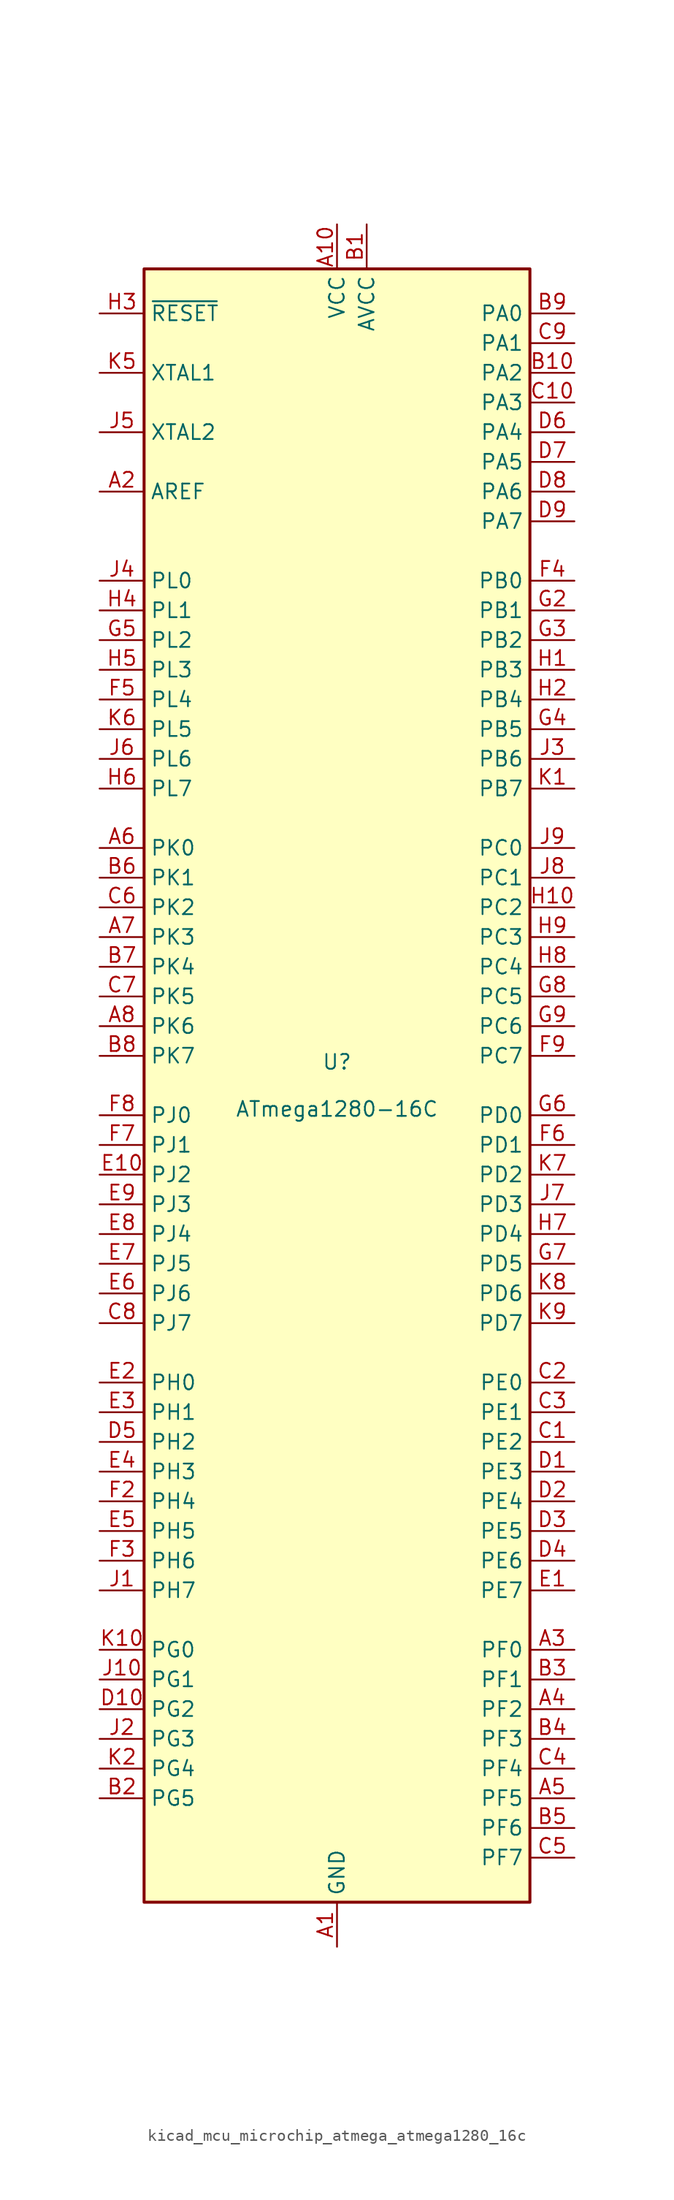
<source format=kicad_sym>
(kicad_symbol_lib
  (version 20220914)
  (generator kicad_symbol_editor)
  (symbol "kicad_mcu_microchip_atmega_atmega1280_16c"
    (property "Reference" "U"
      (at 0 1.27 0)
      (effects (font (size 1.27 1.27)) (justify bottom)))
    (property "Value" "ATmega1280-16C"
      (at 0 -1.27 0)
      (effects (font (size 1.27 1.27)) (justify top)))
    (symbol "kicad_mcu_microchip_atmega_atmega1280_16c_0_1"
      (rectangle (start -16.51 -69.85) (end 16.51 69.85) (stroke (width 0.254) (type default)) (fill (type background))))
    (symbol "kicad_mcu_microchip_atmega_atmega1280_16c_1_1"
      (pin power_in line (at 0 -73.66 90) (length 3.81) (name "GND" (effects (font (size 1.27 1.27)))) (number "A1" (effects (font (size 1.27 1.27)))))
      (pin power_in line (at 0 73.66 270) (length 3.81) (name "VCC" (effects (font (size 1.27 1.27)))) (number "A10" (effects (font (size 1.27 1.27)))))
      (pin passive line (at -20.32 50.8 0) (length 3.81) (name "AREF" (effects (font (size 1.27 1.27)))) (number "A2" (effects (font (size 1.27 1.27)))))
      (pin bidirectional line (at 20.32 -48.26 180) (length 3.81) (name "PF0" (effects (font (size 1.27 1.27)))) (number "A3" (effects (font (size 1.27 1.27)))))
      (pin bidirectional line (at 20.32 -53.34 180) (length 3.81) (name "PF2" (effects (font (size 1.27 1.27)))) (number "A4" (effects (font (size 1.27 1.27)))))
      (pin bidirectional line (at 20.32 -60.96 180) (length 3.81) (name "PF5" (effects (font (size 1.27 1.27)))) (number "A5" (effects (font (size 1.27 1.27)))))
      (pin bidirectional line (at -20.32 20.32 0) (length 3.81) (name "PK0" (effects (font (size 1.27 1.27)))) (number "A6" (effects (font (size 1.27 1.27)))))
      (pin bidirectional line (at -20.32 12.7 0) (length 3.81) (name "PK3" (effects (font (size 1.27 1.27)))) (number "A7" (effects (font (size 1.27 1.27)))))
      (pin bidirectional line (at -20.32 5.08 0) (length 3.81) (name "PK6" (effects (font (size 1.27 1.27)))) (number "A8" (effects (font (size 1.27 1.27)))))
      (pin passive line (at 0 -73.66 90) (length 3.81) hide (name "GND" (effects (font (size 1.27 1.27)))) (number "A9" (effects (font (size 1.27 1.27)))))
      (pin power_in line (at 2.54 73.66 270) (length 3.81) (name "AVCC" (effects (font (size 1.27 1.27)))) (number "B1" (effects (font (size 1.27 1.27)))))
      (pin bidirectional line (at 20.32 60.96 180) (length 3.81) (name "PA2" (effects (font (size 1.27 1.27)))) (number "B10" (effects (font (size 1.27 1.27)))))
      (pin bidirectional line (at -20.32 -60.96 0) (length 3.81) (name "PG5" (effects (font (size 1.27 1.27)))) (number "B2" (effects (font (size 1.27 1.27)))))
      (pin bidirectional line (at 20.32 -50.8 180) (length 3.81) (name "PF1" (effects (font (size 1.27 1.27)))) (number "B3" (effects (font (size 1.27 1.27)))))
      (pin bidirectional line (at 20.32 -55.88 180) (length 3.81) (name "PF3" (effects (font (size 1.27 1.27)))) (number "B4" (effects (font (size 1.27 1.27)))))
      (pin bidirectional line (at 20.32 -63.5 180) (length 3.81) (name "PF6" (effects (font (size 1.27 1.27)))) (number "B5" (effects (font (size 1.27 1.27)))))
      (pin bidirectional line (at -20.32 17.78 0) (length 3.81) (name "PK1" (effects (font (size 1.27 1.27)))) (number "B6" (effects (font (size 1.27 1.27)))))
      (pin bidirectional line (at -20.32 10.16 0) (length 3.81) (name "PK4" (effects (font (size 1.27 1.27)))) (number "B7" (effects (font (size 1.27 1.27)))))
      (pin bidirectional line (at -20.32 2.54 0) (length 3.81) (name "PK7" (effects (font (size 1.27 1.27)))) (number "B8" (effects (font (size 1.27 1.27)))))
      (pin bidirectional line (at 20.32 66.04 180) (length 3.81) (name "PA0" (effects (font (size 1.27 1.27)))) (number "B9" (effects (font (size 1.27 1.27)))))
      (pin bidirectional line (at 20.32 -30.48 180) (length 3.81) (name "PE2" (effects (font (size 1.27 1.27)))) (number "C1" (effects (font (size 1.27 1.27)))))
      (pin bidirectional line (at 20.32 58.42 180) (length 3.81) (name "PA3" (effects (font (size 1.27 1.27)))) (number "C10" (effects (font (size 1.27 1.27)))))
      (pin bidirectional line (at 20.32 -25.4 180) (length 3.81) (name "PE0" (effects (font (size 1.27 1.27)))) (number "C2" (effects (font (size 1.27 1.27)))))
      (pin bidirectional line (at 20.32 -27.94 180) (length 3.81) (name "PE1" (effects (font (size 1.27 1.27)))) (number "C3" (effects (font (size 1.27 1.27)))))
      (pin bidirectional line (at 20.32 -58.42 180) (length 3.81) (name "PF4" (effects (font (size 1.27 1.27)))) (number "C4" (effects (font (size 1.27 1.27)))))
      (pin bidirectional line (at 20.32 -66.04 180) (length 3.81) (name "PF7" (effects (font (size 1.27 1.27)))) (number "C5" (effects (font (size 1.27 1.27)))))
      (pin bidirectional line (at -20.32 15.24 0) (length 3.81) (name "PK2" (effects (font (size 1.27 1.27)))) (number "C6" (effects (font (size 1.27 1.27)))))
      (pin bidirectional line (at -20.32 7.62 0) (length 3.81) (name "PK5" (effects (font (size 1.27 1.27)))) (number "C7" (effects (font (size 1.27 1.27)))))
      (pin bidirectional line (at -20.32 -20.32 0) (length 3.81) (name "PJ7" (effects (font (size 1.27 1.27)))) (number "C8" (effects (font (size 1.27 1.27)))))
      (pin bidirectional line (at 20.32 63.5 180) (length 3.81) (name "PA1" (effects (font (size 1.27 1.27)))) (number "C9" (effects (font (size 1.27 1.27)))))
      (pin bidirectional line (at 20.32 -33.02 180) (length 3.81) (name "PE3" (effects (font (size 1.27 1.27)))) (number "D1" (effects (font (size 1.27 1.27)))))
      (pin bidirectional line (at -20.32 -53.34 0) (length 3.81) (name "PG2" (effects (font (size 1.27 1.27)))) (number "D10" (effects (font (size 1.27 1.27)))))
      (pin bidirectional line (at 20.32 -35.56 180) (length 3.81) (name "PE4" (effects (font (size 1.27 1.27)))) (number "D2" (effects (font (size 1.27 1.27)))))
      (pin bidirectional line (at 20.32 -38.1 180) (length 3.81) (name "PE5" (effects (font (size 1.27 1.27)))) (number "D3" (effects (font (size 1.27 1.27)))))
      (pin bidirectional line (at 20.32 -40.64 180) (length 3.81) (name "PE6" (effects (font (size 1.27 1.27)))) (number "D4" (effects (font (size 1.27 1.27)))))
      (pin bidirectional line (at -20.32 -30.48 0) (length 3.81) (name "PH2" (effects (font (size 1.27 1.27)))) (number "D5" (effects (font (size 1.27 1.27)))))
      (pin bidirectional line (at 20.32 55.88 180) (length 3.81) (name "PA4" (effects (font (size 1.27 1.27)))) (number "D6" (effects (font (size 1.27 1.27)))))
      (pin bidirectional line (at 20.32 53.34 180) (length 3.81) (name "PA5" (effects (font (size 1.27 1.27)))) (number "D7" (effects (font (size 1.27 1.27)))))
      (pin bidirectional line (at 20.32 50.8 180) (length 3.81) (name "PA6" (effects (font (size 1.27 1.27)))) (number "D8" (effects (font (size 1.27 1.27)))))
      (pin bidirectional line (at 20.32 48.26 180) (length 3.81) (name "PA7" (effects (font (size 1.27 1.27)))) (number "D9" (effects (font (size 1.27 1.27)))))
      (pin bidirectional line (at 20.32 -43.18 180) (length 3.81) (name "PE7" (effects (font (size 1.27 1.27)))) (number "E1" (effects (font (size 1.27 1.27)))))
      (pin bidirectional line (at -20.32 -7.62 0) (length 3.81) (name "PJ2" (effects (font (size 1.27 1.27)))) (number "E10" (effects (font (size 1.27 1.27)))))
      (pin bidirectional line (at -20.32 -25.4 0) (length 3.81) (name "PH0" (effects (font (size 1.27 1.27)))) (number "E2" (effects (font (size 1.27 1.27)))))
      (pin bidirectional line (at -20.32 -27.94 0) (length 3.81) (name "PH1" (effects (font (size 1.27 1.27)))) (number "E3" (effects (font (size 1.27 1.27)))))
      (pin bidirectional line (at -20.32 -33.02 0) (length 3.81) (name "PH3" (effects (font (size 1.27 1.27)))) (number "E4" (effects (font (size 1.27 1.27)))))
      (pin bidirectional line (at -20.32 -38.1 0) (length 3.81) (name "PH5" (effects (font (size 1.27 1.27)))) (number "E5" (effects (font (size 1.27 1.27)))))
      (pin bidirectional line (at -20.32 -17.78 0) (length 3.81) (name "PJ6" (effects (font (size 1.27 1.27)))) (number "E6" (effects (font (size 1.27 1.27)))))
      (pin bidirectional line (at -20.32 -15.24 0) (length 3.81) (name "PJ5" (effects (font (size 1.27 1.27)))) (number "E7" (effects (font (size 1.27 1.27)))))
      (pin bidirectional line (at -20.32 -12.7 0) (length 3.81) (name "PJ4" (effects (font (size 1.27 1.27)))) (number "E8" (effects (font (size 1.27 1.27)))))
      (pin bidirectional line (at -20.32 -10.16 0) (length 3.81) (name "PJ3" (effects (font (size 1.27 1.27)))) (number "E9" (effects (font (size 1.27 1.27)))))
      (pin passive line (at 0 73.66 270) (length 3.81) hide (name "VCC" (effects (font (size 1.27 1.27)))) (number "F1" (effects (font (size 1.27 1.27)))))
      (pin passive line (at 0 -73.66 90) (length 3.81) hide (name "GND" (effects (font (size 1.27 1.27)))) (number "F10" (effects (font (size 1.27 1.27)))))
      (pin bidirectional line (at -20.32 -35.56 0) (length 3.81) (name "PH4" (effects (font (size 1.27 1.27)))) (number "F2" (effects (font (size 1.27 1.27)))))
      (pin bidirectional line (at -20.32 -40.64 0) (length 3.81) (name "PH6" (effects (font (size 1.27 1.27)))) (number "F3" (effects (font (size 1.27 1.27)))))
      (pin bidirectional line (at 20.32 43.18 180) (length 3.81) (name "PB0" (effects (font (size 1.27 1.27)))) (number "F4" (effects (font (size 1.27 1.27)))))
      (pin bidirectional line (at -20.32 33.02 0) (length 3.81) (name "PL4" (effects (font (size 1.27 1.27)))) (number "F5" (effects (font (size 1.27 1.27)))))
      (pin bidirectional line (at 20.32 -5.08 180) (length 3.81) (name "PD1" (effects (font (size 1.27 1.27)))) (number "F6" (effects (font (size 1.27 1.27)))))
      (pin bidirectional line (at -20.32 -5.08 0) (length 3.81) (name "PJ1" (effects (font (size 1.27 1.27)))) (number "F7" (effects (font (size 1.27 1.27)))))
      (pin bidirectional line (at -20.32 -2.54 0) (length 3.81) (name "PJ0" (effects (font (size 1.27 1.27)))) (number "F8" (effects (font (size 1.27 1.27)))))
      (pin bidirectional line (at 20.32 2.54 180) (length 3.81) (name "PC7" (effects (font (size 1.27 1.27)))) (number "F9" (effects (font (size 1.27 1.27)))))
      (pin passive line (at 0 -73.66 90) (length 3.81) hide (name "GND" (effects (font (size 1.27 1.27)))) (number "G1" (effects (font (size 1.27 1.27)))))
      (pin passive line (at 0 73.66 270) (length 3.81) hide (name "VCC" (effects (font (size 1.27 1.27)))) (number "G10" (effects (font (size 1.27 1.27)))))
      (pin bidirectional line (at 20.32 40.64 180) (length 3.81) (name "PB1" (effects (font (size 1.27 1.27)))) (number "G2" (effects (font (size 1.27 1.27)))))
      (pin bidirectional line (at 20.32 38.1 180) (length 3.81) (name "PB2" (effects (font (size 1.27 1.27)))) (number "G3" (effects (font (size 1.27 1.27)))))
      (pin bidirectional line (at 20.32 30.48 180) (length 3.81) (name "PB5" (effects (font (size 1.27 1.27)))) (number "G4" (effects (font (size 1.27 1.27)))))
      (pin bidirectional line (at -20.32 38.1 0) (length 3.81) (name "PL2" (effects (font (size 1.27 1.27)))) (number "G5" (effects (font (size 1.27 1.27)))))
      (pin bidirectional line (at 20.32 -2.54 180) (length 3.81) (name "PD0" (effects (font (size 1.27 1.27)))) (number "G6" (effects (font (size 1.27 1.27)))))
      (pin bidirectional line (at 20.32 -15.24 180) (length 3.81) (name "PD5" (effects (font (size 1.27 1.27)))) (number "G7" (effects (font (size 1.27 1.27)))))
      (pin bidirectional line (at 20.32 7.62 180) (length 3.81) (name "PC5" (effects (font (size 1.27 1.27)))) (number "G8" (effects (font (size 1.27 1.27)))))
      (pin bidirectional line (at 20.32 5.08 180) (length 3.81) (name "PC6" (effects (font (size 1.27 1.27)))) (number "G9" (effects (font (size 1.27 1.27)))))
      (pin bidirectional line (at 20.32 35.56 180) (length 3.81) (name "PB3" (effects (font (size 1.27 1.27)))) (number "H1" (effects (font (size 1.27 1.27)))))
      (pin bidirectional line (at 20.32 15.24 180) (length 3.81) (name "PC2" (effects (font (size 1.27 1.27)))) (number "H10" (effects (font (size 1.27 1.27)))))
      (pin bidirectional line (at 20.32 33.02 180) (length 3.81) (name "PB4" (effects (font (size 1.27 1.27)))) (number "H2" (effects (font (size 1.27 1.27)))))
      (pin input line (at -20.32 66.04 0) (length 3.81) (name "~{RESET}" (effects (font (size 1.27 1.27)))) (number "H3" (effects (font (size 1.27 1.27)))))
      (pin bidirectional line (at -20.32 40.64 0) (length 3.81) (name "PL1" (effects (font (size 1.27 1.27)))) (number "H4" (effects (font (size 1.27 1.27)))))
      (pin bidirectional line (at -20.32 35.56 0) (length 3.81) (name "PL3" (effects (font (size 1.27 1.27)))) (number "H5" (effects (font (size 1.27 1.27)))))
      (pin bidirectional line (at -20.32 25.4 0) (length 3.81) (name "PL7" (effects (font (size 1.27 1.27)))) (number "H6" (effects (font (size 1.27 1.27)))))
      (pin bidirectional line (at 20.32 -12.7 180) (length 3.81) (name "PD4" (effects (font (size 1.27 1.27)))) (number "H7" (effects (font (size 1.27 1.27)))))
      (pin bidirectional line (at 20.32 10.16 180) (length 3.81) (name "PC4" (effects (font (size 1.27 1.27)))) (number "H8" (effects (font (size 1.27 1.27)))))
      (pin bidirectional line (at 20.32 12.7 180) (length 3.81) (name "PC3" (effects (font (size 1.27 1.27)))) (number "H9" (effects (font (size 1.27 1.27)))))
      (pin bidirectional line (at -20.32 -43.18 0) (length 3.81) (name "PH7" (effects (font (size 1.27 1.27)))) (number "J1" (effects (font (size 1.27 1.27)))))
      (pin bidirectional line (at -20.32 -50.8 0) (length 3.81) (name "PG1" (effects (font (size 1.27 1.27)))) (number "J10" (effects (font (size 1.27 1.27)))))
      (pin bidirectional line (at -20.32 -55.88 0) (length 3.81) (name "PG3" (effects (font (size 1.27 1.27)))) (number "J2" (effects (font (size 1.27 1.27)))))
      (pin bidirectional line (at 20.32 27.94 180) (length 3.81) (name "PB6" (effects (font (size 1.27 1.27)))) (number "J3" (effects (font (size 1.27 1.27)))))
      (pin bidirectional line (at -20.32 43.18 0) (length 3.81) (name "PL0" (effects (font (size 1.27 1.27)))) (number "J4" (effects (font (size 1.27 1.27)))))
      (pin output line (at -20.32 55.88 0) (length 3.81) (name "XTAL2" (effects (font (size 1.27 1.27)))) (number "J5" (effects (font (size 1.27 1.27)))))
      (pin bidirectional line (at -20.32 27.94 0) (length 3.81) (name "PL6" (effects (font (size 1.27 1.27)))) (number "J6" (effects (font (size 1.27 1.27)))))
      (pin bidirectional line (at 20.32 -10.16 180) (length 3.81) (name "PD3" (effects (font (size 1.27 1.27)))) (number "J7" (effects (font (size 1.27 1.27)))))
      (pin bidirectional line (at 20.32 17.78 180) (length 3.81) (name "PC1" (effects (font (size 1.27 1.27)))) (number "J8" (effects (font (size 1.27 1.27)))))
      (pin bidirectional line (at 20.32 20.32 180) (length 3.81) (name "PC0" (effects (font (size 1.27 1.27)))) (number "J9" (effects (font (size 1.27 1.27)))))
      (pin bidirectional line (at 20.32 25.4 180) (length 3.81) (name "PB7" (effects (font (size 1.27 1.27)))) (number "K1" (effects (font (size 1.27 1.27)))))
      (pin bidirectional line (at -20.32 -48.26 0) (length 3.81) (name "PG0" (effects (font (size 1.27 1.27)))) (number "K10" (effects (font (size 1.27 1.27)))))
      (pin bidirectional line (at -20.32 -58.42 0) (length 3.81) (name "PG4" (effects (font (size 1.27 1.27)))) (number "K2" (effects (font (size 1.27 1.27)))))
      (pin passive line (at 0 73.66 270) (length 3.81) hide (name "VCC" (effects (font (size 1.27 1.27)))) (number "K3" (effects (font (size 1.27 1.27)))))
      (pin passive line (at 0 -73.66 90) (length 3.81) hide (name "GND" (effects (font (size 1.27 1.27)))) (number "K4" (effects (font (size 1.27 1.27)))))
      (pin input line (at -20.32 60.96 0) (length 3.81) (name "XTAL1" (effects (font (size 1.27 1.27)))) (number "K5" (effects (font (size 1.27 1.27)))))
      (pin bidirectional line (at -20.32 30.48 0) (length 3.81) (name "PL5" (effects (font (size 1.27 1.27)))) (number "K6" (effects (font (size 1.27 1.27)))))
      (pin bidirectional line (at 20.32 -7.62 180) (length 3.81) (name "PD2" (effects (font (size 1.27 1.27)))) (number "K7" (effects (font (size 1.27 1.27)))))
      (pin bidirectional line (at 20.32 -17.78 180) (length 3.81) (name "PD6" (effects (font (size 1.27 1.27)))) (number "K8" (effects (font (size 1.27 1.27)))))
      (pin bidirectional line (at 20.32 -20.32 180) (length 3.81) (name "PD7" (effects (font (size 1.27 1.27)))) (number "K9" (effects (font (size 1.27 1.27))))))))
</source>
